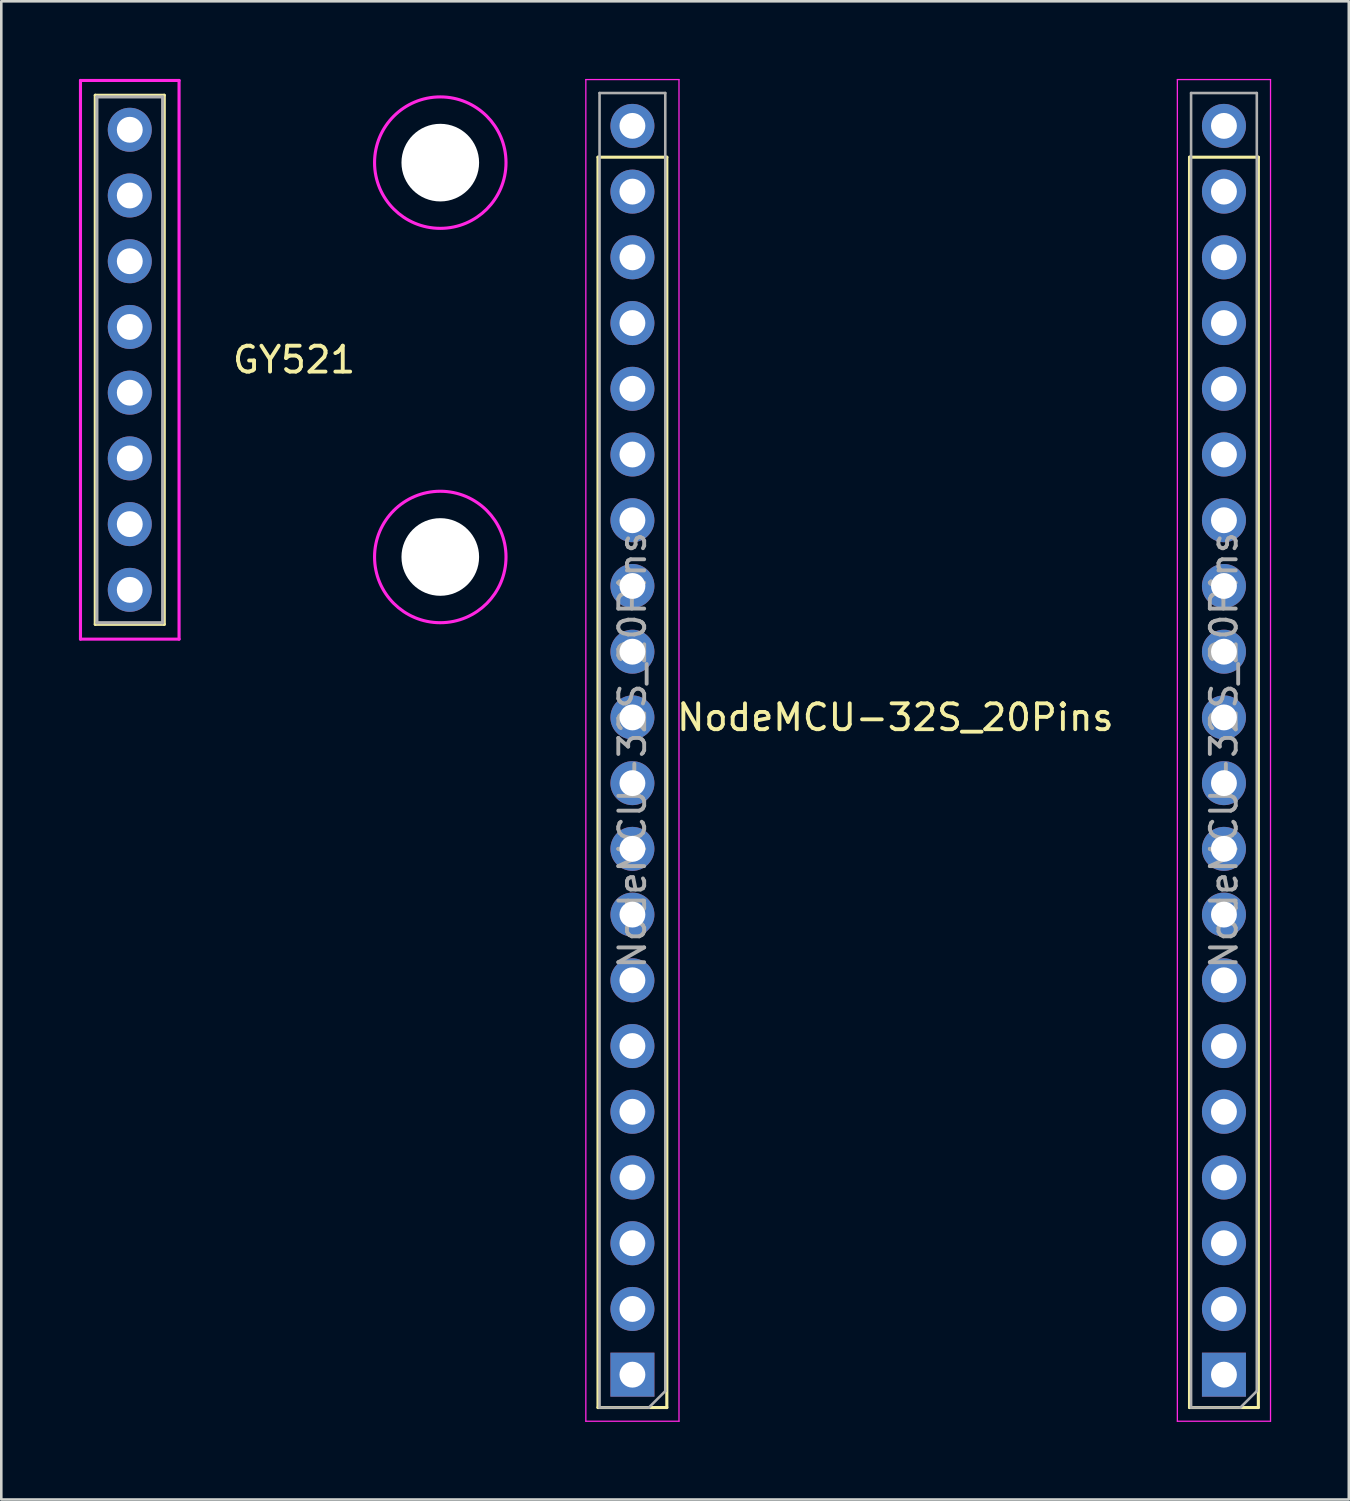
<source format=kicad_pcb>
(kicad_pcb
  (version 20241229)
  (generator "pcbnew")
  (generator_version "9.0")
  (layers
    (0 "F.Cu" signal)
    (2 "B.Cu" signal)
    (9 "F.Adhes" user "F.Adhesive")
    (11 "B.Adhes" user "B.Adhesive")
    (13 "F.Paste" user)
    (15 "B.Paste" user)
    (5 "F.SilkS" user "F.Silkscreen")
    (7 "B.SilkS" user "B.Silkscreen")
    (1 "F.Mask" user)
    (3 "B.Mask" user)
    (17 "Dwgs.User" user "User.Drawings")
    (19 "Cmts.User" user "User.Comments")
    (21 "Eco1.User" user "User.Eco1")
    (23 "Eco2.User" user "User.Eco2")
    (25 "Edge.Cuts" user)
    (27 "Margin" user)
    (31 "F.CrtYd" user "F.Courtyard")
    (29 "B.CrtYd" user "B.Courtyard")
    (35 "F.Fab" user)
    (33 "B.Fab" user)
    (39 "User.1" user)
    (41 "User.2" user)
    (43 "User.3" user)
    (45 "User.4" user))
  (footprint "NodeMCU-32S_20Pins"
    (layer "F.Cu")
    (at 31.55 24.675)
    (property "Reference" "NodeMCU-32S_20Pins" (at 0 0 0) (layer "F.SilkS") (effects (font (size 1 1) (thickness 0.15))))
    (attr through_hole)
    (fp_line (start -11.49 26.67) (end -11.49 -21.65) (stroke (width 0.12) (type solid)) (layer "F.SilkS"))
    (fp_line (start -8.83 -21.65) (end -11.49 -21.65) (stroke (width 0.12) (type solid)) (layer "F.SilkS"))
    (fp_line (start -8.83 26.67) (end -11.49 26.67) (stroke (width 0.12) (type solid)) (layer "F.SilkS"))
    (fp_line (start -8.83 26.67) (end -8.83 -21.65) (stroke (width 0.12) (type solid)) (layer "F.SilkS"))
    (fp_line (start 11.37 26.67) (end 11.37 -21.65) (stroke (width 0.12) (type solid)) (layer "F.SilkS"))
    (fp_line (start 14.03 -21.65) (end 11.37 -21.65) (stroke (width 0.12) (type solid)) (layer "F.SilkS"))
    (fp_line (start 14.03 26.67) (end 11.37 26.67) (stroke (width 0.12) (type solid)) (layer "F.SilkS"))
    (fp_line (start 14.03 26.67) (end 14.03 -21.65) (stroke (width 0.12) (type solid)) (layer "F.SilkS"))
    (fp_line (start -11.96 -24.65) (end -11.96 27.2) (stroke (width 0.05) (type solid)) (layer "F.CrtYd"))
    (fp_line (start -11.96 27.2) (end -8.36 27.2) (stroke (width 0.05) (type solid)) (layer "F.CrtYd"))
    (fp_line (start -8.36 -24.65) (end -11.96 -24.65) (stroke (width 0.05) (type solid)) (layer "F.CrtYd"))
    (fp_line (start -8.36 27.2) (end -8.36 -24.65) (stroke (width 0.05) (type solid)) (layer "F.CrtYd"))
    (fp_line (start 10.9 -24.65) (end 10.9 27.2) (stroke (width 0.05) (type solid)) (layer "F.CrtYd"))
    (fp_line (start 10.9 27.2) (end 14.5 27.2) (stroke (width 0.05) (type solid)) (layer "F.CrtYd"))
    (fp_line (start 14.5 -24.65) (end 10.9 -24.65) (stroke (width 0.05) (type solid)) (layer "F.CrtYd"))
    (fp_line (start 14.5 27.2) (end 14.5 -24.65) (stroke (width 0.05) (type solid)) (layer "F.CrtYd"))
    (fp_line (start -11.43 -24.13) (end -8.89 -24.13) (stroke (width 0.1) (type solid)) (layer "F.Fab"))
    (fp_line (start -11.43 26.67) (end -11.43 -24.13) (stroke (width 0.1) (type solid)) (layer "F.Fab"))
    (fp_line (start -9.525 26.67) (end -11.43 26.67) (stroke (width 0.1) (type solid)) (layer "F.Fab"))
    (fp_line (start -8.89 -24.13) (end -8.89 26.035) (stroke (width 0.1) (type solid)) (layer "F.Fab"))
    (fp_line (start -8.89 26.035) (end -9.525 26.67) (stroke (width 0.1) (type solid)) (layer "F.Fab"))
    (fp_line (start 11.43 -24.13) (end 13.97 -24.13) (stroke (width 0.1) (type solid)) (layer "F.Fab"))
    (fp_line (start 11.43 26.67) (end 11.43 -24.13) (stroke (width 0.1) (type solid)) (layer "F.Fab"))
    (fp_line (start 13.335 26.67) (end 11.43 26.67) (stroke (width 0.1) (type solid)) (layer "F.Fab"))
    (fp_line (start 13.97 -24.13) (end 13.97 26.035) (stroke (width 0.1) (type solid)) (layer "F.Fab"))
    (fp_line (start 13.97 26.035) (end 13.335 26.67) (stroke (width 0.1) (type solid)) (layer "F.Fab"))
    (fp_text user "${REFERENCE}" (at -10.16 1.27 270) (layer "F.Fab") (effects (font (size 1 1) (thickness 0.15))))
    (fp_text user "${REFERENCE}" (at 12.7 1.27 270) (layer "F.Fab") (effects (font (size 1 1) (thickness 0.15))))
    (pad "1" thru_hole rect (at -10.16 25.4 180) (size 1.7 1.7) (drill 1) (layers "*.Cu" "*.Mask"))
    (pad "2" thru_hole oval (at -10.16 22.86 180) (size 1.7 1.7) (drill 1) (layers "*.Cu" "*.Mask"))
    (pad "3" thru_hole oval (at -10.16 20.32 180) (size 1.7 1.7) (drill 1) (layers "*.Cu" "*.Mask"))
    (pad "4" thru_hole oval (at -10.16 17.78 180) (size 1.7 1.7) (drill 1) (layers "*.Cu" "*.Mask"))
    (pad "5" thru_hole oval (at -10.16 15.24 180) (size 1.7 1.7) (drill 1) (layers "*.Cu" "*.Mask"))
    (pad "7" thru_hole oval (at -10.16 10.16 180) (size 1.7 1.7) (drill 1) (layers "*.Cu" "*.Mask"))
    (pad "8" thru_hole oval (at -10.16 7.62 180) (size 1.7 1.7) (drill 1) (layers "*.Cu" "*.Mask"))
    (pad "9" thru_hole oval (at -10.16 5.08 180) (size 1.7 1.7) (drill 1) (layers "*.Cu" "*.Mask"))
    (pad "10" thru_hole oval (at -10.16 2.54 180) (size 1.7 1.7) (drill 1) (layers "*.Cu" "*.Mask"))
    (pad "11" thru_hole oval (at -10.16 0 180) (size 1.7 1.7) (drill 1) (layers "*.Cu" "*.Mask"))
    (pad "12" thru_hole oval (at -10.16 -2.54 180) (size 1.7 1.7) (drill 1) (layers "*.Cu" "*.Mask"))
    (pad "13" thru_hole oval (at -10.16 -5.08 180) (size 1.7 1.7) (drill 1) (layers "*.Cu" "*.Mask"))
    (pad "14" thru_hole oval (at -10.16 -7.62 180) (size 1.7 1.7) (drill 1) (layers "*.Cu" "*.Mask"))
    (pad "15" thru_hole oval (at -10.16 -10.16 180) (size 1.7 1.7) (drill 1) (layers "*.Cu" "*.Mask"))
    (pad "16" thru_hole oval (at -10.16 -12.7 180) (size 1.7 1.7) (drill 1) (layers "*.Cu" "*.Mask"))
    (pad "17" thru_hole oval (at -10.16 -15.24 180) (size 1.7 1.7) (drill 1) (layers "*.Cu" "*.Mask"))
    (pad "18" thru_hole oval (at -10.16 -17.78 180) (size 1.7 1.7) (drill 1) (layers "*.Cu" "*.Mask"))
    (pad "19" thru_hole oval (at -10.16 -20.32 180) (size 1.7 1.7) (drill 1) (layers "*.Cu" "*.Mask"))
    (pad "20" thru_hole oval (at -10.16 12.7 180) (size 1.7 1.7) (drill 1) (layers "*.Cu" "*.Mask"))
    (pad "20" thru_hole oval (at 12.7 -20.32 180) (size 1.7 1.7) (drill 1) (layers "*.Cu" "*.Mask"))
    (pad "20" thru_hole oval (at 12.7 -5.08 180) (size 1.7 1.7) (drill 1) (layers "*.Cu" "*.Mask"))
    (pad "21" thru_hole oval (at 12.7 -17.78 180) (size 1.7 1.7) (drill 1) (layers "*.Cu" "*.Mask"))
    (pad "22" thru_hole oval (at 12.7 -15.24 180) (size 1.7 1.7) (drill 1) (layers "*.Cu" "*.Mask"))
    (pad "23" thru_hole oval (at 12.7 -12.7 180) (size 1.7 1.7) (drill 1) (layers "*.Cu" "*.Mask"))
    (pad "24" thru_hole oval (at 12.7 -10.16 180) (size 1.7 1.7) (drill 1) (layers "*.Cu" "*.Mask"))
    (pad "25" thru_hole oval (at 12.7 -7.62 180) (size 1.7 1.7) (drill 1) (layers "*.Cu" "*.Mask"))
    (pad "27" thru_hole oval (at 12.7 -2.54 180) (size 1.7 1.7) (drill 1) (layers "*.Cu" "*.Mask"))
    (pad "28" thru_hole oval (at 12.7 0 180) (size 1.7 1.7) (drill 1) (layers "*.Cu" "*.Mask"))
    (pad "29" thru_hole oval (at 12.7 2.54 180) (size 1.7 1.7) (drill 1) (layers "*.Cu" "*.Mask"))
    (pad "30" thru_hole oval (at 12.7 5.08 180) (size 1.7 1.7) (drill 1) (layers "*.Cu" "*.Mask"))
    (pad "31" thru_hole oval (at 12.7 7.62 180) (size 1.7 1.7) (drill 1) (layers "*.Cu" "*.Mask"))
    (pad "32" thru_hole oval (at 12.7 10.16 180) (size 1.7 1.7) (drill 1) (layers "*.Cu" "*.Mask"))
    (pad "33" thru_hole oval (at 12.7 12.7 180) (size 1.7 1.7) (drill 1) (layers "*.Cu" "*.Mask"))
    (pad "34" thru_hole oval (at 12.7 15.24 180) (size 1.7 1.7) (drill 1) (layers "*.Cu" "*.Mask"))
    (pad "35" thru_hole oval (at 12.7 17.78 180) (size 1.7 1.7) (drill 1) (layers "*.Cu" "*.Mask"))
    (pad "36" thru_hole oval (at 12.7 20.32 180) (size 1.7 1.7) (drill 1) (layers "*.Cu" "*.Mask"))
    (pad "37" thru_hole oval (at 12.7 22.86 180) (size 1.7 1.7) (drill 1) (layers "*.Cu" "*.Mask"))
    (pad "38" thru_hole rect (at 12.7 25.4 180) (size 1.7 1.7) (drill 1) (layers "*.Cu" "*.Mask"))
    (pad "39" thru_hole oval (at 12.7 -22.86 180) (size 1.7 1.7) (drill 1) (layers "*.Cu" "*.Mask"))
    (pad "40" thru_hole oval (at -10.16 -22.86 180) (size 1.7 1.7) (drill 1) (layers "*.Cu" "*.Mask")))
  (footprint "GY521"
    (layer "F.Cu")
    (at 1.965 1.965)
    (property "Reference" "GY521" (at 6.35 8.89 0) (layer "F.SilkS") (effects (font (size 1 1) (thickness 0.15))))
    (attr through_hole)
    (fp_line (start -1.333 -1.333) (end 1.333 -1.333) (stroke (width 0.12) (type solid)) (layer "F.SilkS"))
    (fp_line (start -1.333 19.113) (end -1.333 -1.333) (stroke (width 0.12) (type solid)) (layer "F.SilkS"))
    (fp_line (start 1.333 -1.333) (end 1.333 19.113) (stroke (width 0.12) (type solid)) (layer "F.SilkS"))
    (fp_line (start 1.333 19.113) (end -1.333 19.113) (stroke (width 0.12) (type solid)) (layer "F.SilkS"))
    (fp_line (start -1.905 -1.905) (end 1.905 -1.905) (stroke (width 0.12) (type solid)) (layer "F.CrtYd"))
    (fp_line (start -1.905 19.685) (end -1.905 -1.905) (stroke (width 0.12) (type solid)) (layer "F.CrtYd"))
    (fp_line (start 1.905 -1.905) (end 1.905 19.685) (stroke (width 0.12) (type solid)) (layer "F.CrtYd"))
    (fp_line (start 1.905 19.685) (end -1.905 19.685) (stroke (width 0.12) (type solid)) (layer "F.CrtYd"))
    (fp_circle (center 12 1.27) (end 14.54 1.27) (stroke (width 0.12) (type solid)) (fill no) (layer "F.CrtYd"))
    (fp_circle (center 12 16.51) (end 14.54 16.51) (stroke (width 0.12) (type solid)) (fill no) (layer "F.CrtYd"))
    (fp_line (start -1.27 -1.27) (end 1.27 -1.27) (stroke (width 0.12) (type solid)) (layer "F.Fab"))
    (fp_line (start -1.27 19.05) (end -1.27 -1.27) (stroke (width 0.12) (type solid)) (layer "F.Fab"))
    (fp_line (start 1.27 -1.27) (end 1.27 19.05) (stroke (width 0.12) (type solid)) (layer "F.Fab"))
    (fp_line (start 1.27 19.05) (end -1.27 19.05) (stroke (width 0.12) (type solid)) (layer "F.Fab"))
    (pad "" np_thru_hole oval (at 12 1.27 180) (size 3 3) (drill 3) (layers "*.Cu" "*.Mask"))
    (pad "" np_thru_hole oval (at 12 16.51 180) (size 3 3) (drill 3) (layers "*.Cu" "*.Mask"))
    (pad "1" thru_hole oval (at 0 0 180) (size 1.7 1.7) (drill 1) (layers "*.Cu" "*.Mask"))
    (pad "2" thru_hole oval (at 0 2.54 180) (size 1.7 1.7) (drill 1) (layers "*.Cu" "*.Mask"))
    (pad "3" thru_hole oval (at 0 5.08 180) (size 1.7 1.7) (drill 1) (layers "*.Cu" "*.Mask"))
    (pad "4" thru_hole oval (at 0 7.62 180) (size 1.7 1.7) (drill 1) (layers "*.Cu" "*.Mask"))
    (pad "5" thru_hole oval (at 0 10.16 180) (size 1.7 1.7) (drill 1) (layers "*.Cu" "*.Mask"))
    (pad "6" thru_hole oval (at 0 12.7 180) (size 1.7 1.7) (drill 1) (layers "*.Cu" "*.Mask"))
    (pad "7" thru_hole oval (at 0 15.24 180) (size 1.7 1.7) (drill 1) (layers "*.Cu" "*.Mask"))
    (pad "8" thru_hole oval (at 0 17.78 180) (size 1.7 1.7) (drill 1) (layers "*.Cu" "*.Mask")))
  (gr_rect
    (start -3 -3)
    (end 49.075 54.9)
    (stroke (width 0.1) (type default))
    (fill no)
    (layer "Edge.Cuts")))
</source>
